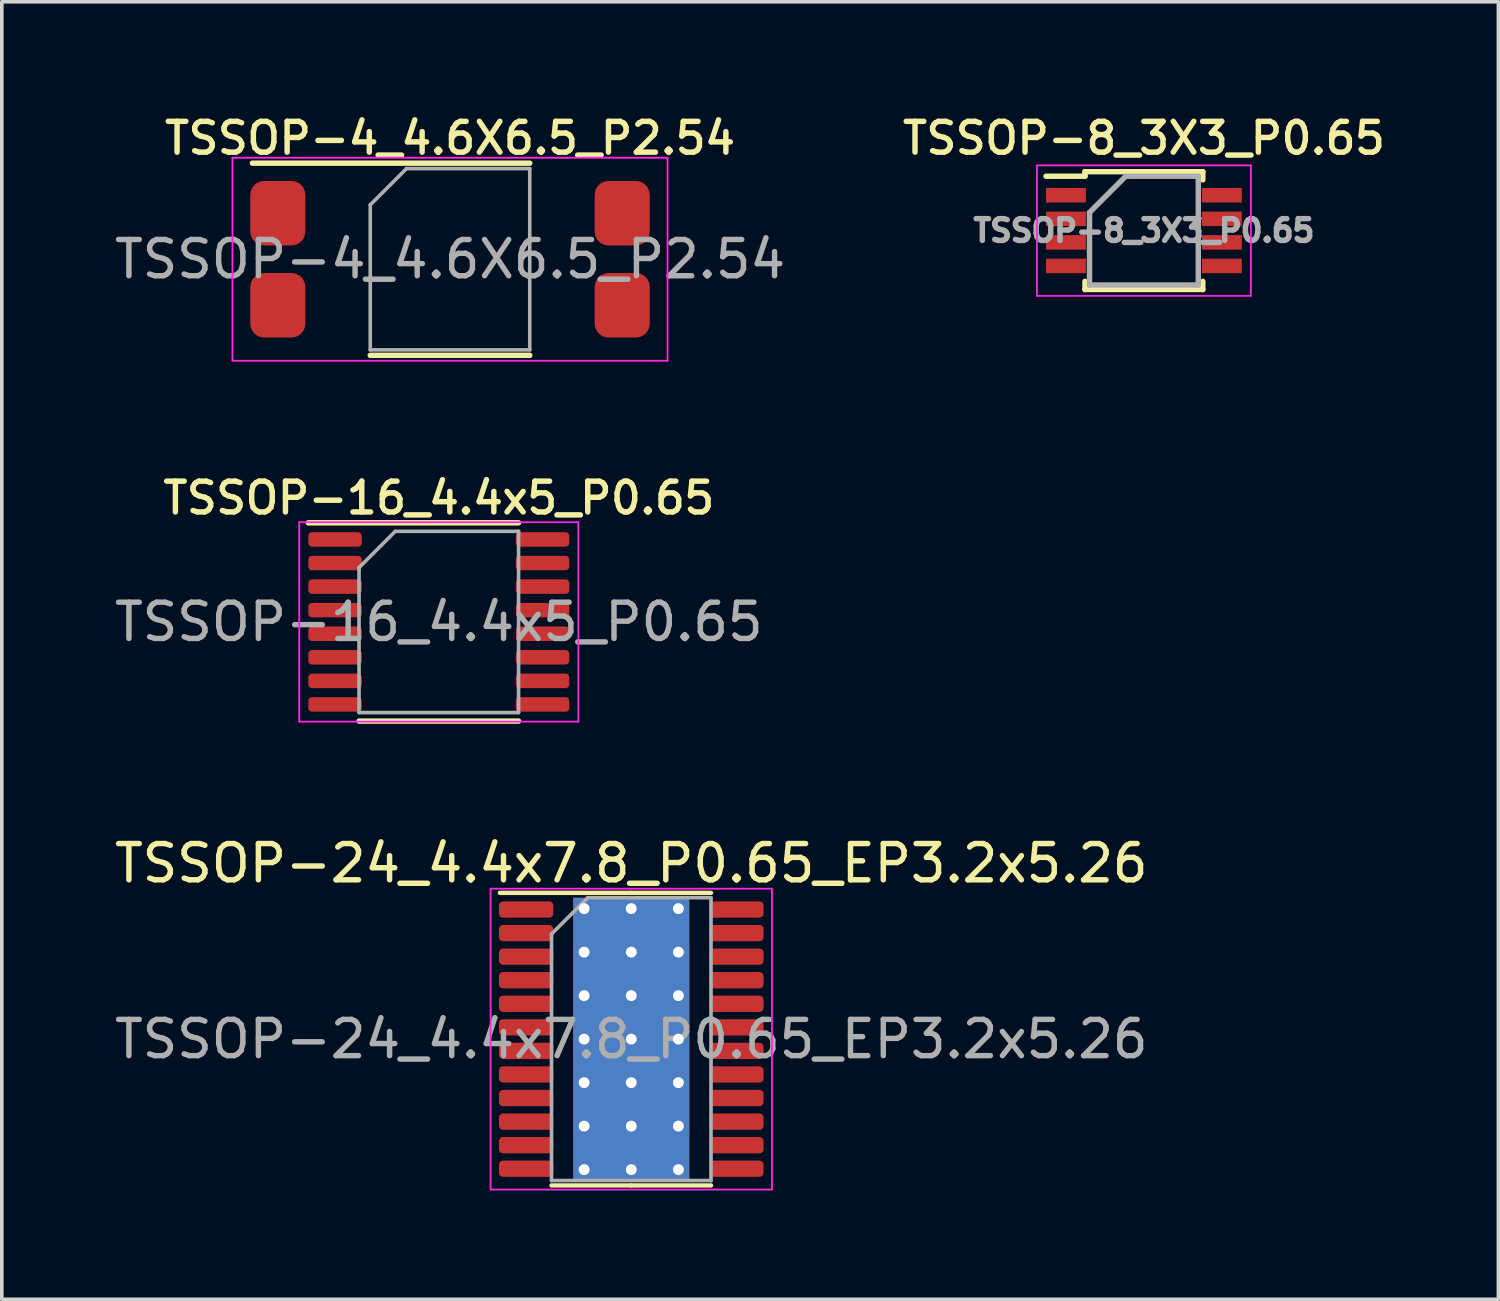
<source format=kicad_pcb>
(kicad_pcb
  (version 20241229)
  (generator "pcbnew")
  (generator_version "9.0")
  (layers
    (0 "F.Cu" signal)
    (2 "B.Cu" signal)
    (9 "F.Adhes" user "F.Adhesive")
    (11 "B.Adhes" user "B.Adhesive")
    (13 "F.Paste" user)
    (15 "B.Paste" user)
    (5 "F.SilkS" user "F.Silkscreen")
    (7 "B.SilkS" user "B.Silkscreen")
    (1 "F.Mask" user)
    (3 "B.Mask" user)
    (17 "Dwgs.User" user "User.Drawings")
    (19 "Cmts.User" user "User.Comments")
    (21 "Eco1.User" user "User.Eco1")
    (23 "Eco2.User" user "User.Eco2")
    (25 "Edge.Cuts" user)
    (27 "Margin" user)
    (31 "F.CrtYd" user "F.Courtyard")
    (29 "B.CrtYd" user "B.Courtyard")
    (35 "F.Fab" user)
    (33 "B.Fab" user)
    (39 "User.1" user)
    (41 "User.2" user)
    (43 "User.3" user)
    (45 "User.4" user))
  (footprint "TSSOP-24_4.4x7.8_P0.65_EP3.2x5.26"
    (layer "F.Cu")
    (at 14.363 25.614)
    (property "Reference" "TSSOP-24_4.4x7.8_P0.65_EP3.2x5.26" (at 0 -4.85 0) (layer "F.SilkS") (effects (font (size 1 1) (thickness 0.15))))
    (attr smd)
    (fp_line (start 0 -4.035) (end -3.625 -4.035) (stroke (width 0.12) (type solid)) (layer "F.SilkS"))
    (fp_line (start 0 -4.035) (end 2.2 -4.035) (stroke (width 0.12) (type solid)) (layer "F.SilkS"))
    (fp_line (start 0 4.035) (end -2.2 4.035) (stroke (width 0.12) (type solid)) (layer "F.SilkS"))
    (fp_line (start 0 4.035) (end 2.2 4.035) (stroke (width 0.12) (type solid)) (layer "F.SilkS"))
    (fp_line (start -3.88 -4.15) (end -3.88 4.15) (stroke (width 0.05) (type solid)) (layer "F.CrtYd"))
    (fp_line (start -3.88 4.15) (end 3.88 4.15) (stroke (width 0.05) (type solid)) (layer "F.CrtYd"))
    (fp_line (start 3.88 -4.15) (end -3.88 -4.15) (stroke (width 0.05) (type solid)) (layer "F.CrtYd"))
    (fp_line (start 3.88 4.15) (end 3.88 -4.15) (stroke (width 0.05) (type solid)) (layer "F.CrtYd"))
    (fp_line (start -2.2 -2.9) (end -1.2 -3.9) (stroke (width 0.1) (type solid)) (layer "F.Fab"))
    (fp_line (start -2.2 3.9) (end -2.2 -2.9) (stroke (width 0.1) (type solid)) (layer "F.Fab"))
    (fp_line (start -1.2 -3.9) (end 2.2 -3.9) (stroke (width 0.1) (type solid)) (layer "F.Fab"))
    (fp_line (start 2.2 -3.9) (end 2.2 3.9) (stroke (width 0.1) (type solid)) (layer "F.Fab"))
    (fp_line (start 2.2 3.9) (end -2.2 3.9) (stroke (width 0.1) (type solid)) (layer "F.Fab"))
    (fp_text user "${REFERENCE}" (at 0 0 0) (layer "F.Fab") (effects (font (size 1 1) (thickness 0.15))))
    (pad "" smd roundrect (at -0.85 -1.4) (size 1.4 2.5) (layers "F.Paste") (roundrect_rratio 0.2))
    (pad "" smd roundrect (at -0.85 1.4) (size 1.4 2.5) (layers "F.Paste") (roundrect_rratio 0.2))
    (pad "" smd roundrect (at 0.85 -1.4) (size 1.4 2.5) (layers "F.Paste") (roundrect_rratio 0.2))
    (pad "" smd roundrect (at 0.85 1.4) (size 1.4 2.5) (layers "F.Paste") (roundrect_rratio 0.2))
    (pad "1" smd roundrect (at -2.9 -3.575) (size 1.5 0.45) (layers "F.Cu" "F.Mask" "F.Paste") (roundrect_rratio 0.25))
    (pad "2" smd roundrect (at -2.9 -2.925) (size 1.5 0.45) (layers "F.Cu" "F.Mask" "F.Paste") (roundrect_rratio 0.25))
    (pad "3" smd roundrect (at -2.9 -2.275) (size 1.5 0.45) (layers "F.Cu" "F.Mask" "F.Paste") (roundrect_rratio 0.25))
    (pad "4" smd roundrect (at -2.9 -1.625) (size 1.5 0.45) (layers "F.Cu" "F.Mask" "F.Paste") (roundrect_rratio 0.25))
    (pad "5" smd roundrect (at -2.9 -0.975) (size 1.5 0.45) (layers "F.Cu" "F.Mask" "F.Paste") (roundrect_rratio 0.25))
    (pad "6" smd roundrect (at -2.9 -0.325) (size 1.5 0.45) (layers "F.Cu" "F.Mask" "F.Paste") (roundrect_rratio 0.25))
    (pad "7" smd roundrect (at -2.9 0.325) (size 1.5 0.45) (layers "F.Cu" "F.Mask" "F.Paste") (roundrect_rratio 0.25))
    (pad "8" smd roundrect (at -2.9 0.975) (size 1.5 0.45) (layers "F.Cu" "F.Mask" "F.Paste") (roundrect_rratio 0.25))
    (pad "9" smd roundrect (at -2.9 1.625) (size 1.5 0.45) (layers "F.Cu" "F.Mask" "F.Paste") (roundrect_rratio 0.25))
    (pad "10" smd roundrect (at -2.9 2.275) (size 1.5 0.45) (layers "F.Cu" "F.Mask" "F.Paste") (roundrect_rratio 0.25))
    (pad "11" smd roundrect (at -2.9 2.925) (size 1.5 0.45) (layers "F.Cu" "F.Mask" "F.Paste") (roundrect_rratio 0.25))
    (pad "12" smd roundrect (at -2.9 3.575) (size 1.5 0.45) (layers "F.Cu" "F.Mask" "F.Paste") (roundrect_rratio 0.25))
    (pad "13" smd roundrect (at 2.9 3.575) (size 1.5 0.45) (layers "F.Cu" "F.Mask" "F.Paste") (roundrect_rratio 0.25))
    (pad "14" smd roundrect (at 2.9 2.925) (size 1.5 0.45) (layers "F.Cu" "F.Mask" "F.Paste") (roundrect_rratio 0.25))
    (pad "15" smd roundrect (at 2.9 2.275) (size 1.5 0.45) (layers "F.Cu" "F.Mask" "F.Paste") (roundrect_rratio 0.25))
    (pad "16" smd roundrect (at 2.9 1.625) (size 1.5 0.45) (layers "F.Cu" "F.Mask" "F.Paste") (roundrect_rratio 0.25))
    (pad "17" smd roundrect (at 2.9 0.975) (size 1.5 0.45) (layers "F.Cu" "F.Mask" "F.Paste") (roundrect_rratio 0.25))
    (pad "18" smd roundrect (at 2.9 0.325) (size 1.5 0.45) (layers "F.Cu" "F.Mask" "F.Paste") (roundrect_rratio 0.25))
    (pad "19" smd roundrect (at 2.9 -0.325) (size 1.5 0.45) (layers "F.Cu" "F.Mask" "F.Paste") (roundrect_rratio 0.25))
    (pad "20" smd roundrect (at 2.9 -0.975) (size 1.5 0.45) (layers "F.Cu" "F.Mask" "F.Paste") (roundrect_rratio 0.25))
    (pad "21" smd roundrect (at 2.9 -1.625) (size 1.5 0.45) (layers "F.Cu" "F.Mask" "F.Paste") (roundrect_rratio 0.25))
    (pad "22" smd roundrect (at 2.9 -2.275) (size 1.5 0.45) (layers "F.Cu" "F.Mask" "F.Paste") (roundrect_rratio 0.25))
    (pad "23" smd roundrect (at 2.9 -2.925) (size 1.5 0.45) (layers "F.Cu" "F.Mask" "F.Paste") (roundrect_rratio 0.25))
    (pad "24" smd roundrect (at 2.9 -3.575) (size 1.5 0.45) (layers "F.Cu" "F.Mask" "F.Paste") (roundrect_rratio 0.25))
    (pad "25" thru_hole circle (at -1.3 -3.6) (size 0.56 0.56) (drill 0.3) (layers "*.Cu"))
    (pad "25" thru_hole circle (at -1.3 -2.4) (size 0.56 0.56) (drill 0.3) (layers "*.Cu"))
    (pad "25" thru_hole circle (at -1.3 -1.2) (size 0.56 0.56) (drill 0.3) (layers "*.Cu"))
    (pad "25" thru_hole circle (at -1.3 0) (size 0.56 0.56) (drill 0.3) (layers "*.Cu"))
    (pad "25" thru_hole circle (at -1.3 1.2) (size 0.56 0.56) (drill 0.3) (layers "*.Cu"))
    (pad "25" thru_hole circle (at -1.3 2.4) (size 0.56 0.56) (drill 0.3) (layers "*.Cu"))
    (pad "25" thru_hole circle (at -1.3 3.6) (size 0.56 0.56) (drill 0.3) (layers "*.Cu"))
    (pad "25" thru_hole circle (at 0 -3.6) (size 0.56 0.56) (drill 0.3) (layers "*.Cu"))
    (pad "25" thru_hole circle (at 0 -2.4) (size 0.56 0.56) (drill 0.3) (layers "*.Cu"))
    (pad "25" thru_hole circle (at 0 -1.2) (size 0.56 0.56) (drill 0.3) (layers "*.Cu"))
    (pad "25" thru_hole circle (at 0 0) (size 0.56 0.56) (drill 0.3) (layers "*.Cu"))
    (pad "25" smd rect (at 0 0) (size 3.2 5.26) (layers "F.Cu" "F.Mask"))
    (pad "25" smd rect (at 0 0) (size 3.2 7.8) (layers "F.Cu"))
    (pad "25" smd rect (at 0 0) (size 3.2 7.8) (layers "B.Cu"))
    (pad "25" thru_hole circle (at 0 1.2) (size 0.56 0.56) (drill 0.3) (layers "*.Cu"))
    (pad "25" thru_hole circle (at 0 2.4) (size 0.56 0.56) (drill 0.3) (layers "*.Cu"))
    (pad "25" thru_hole circle (at 0 3.6) (size 0.56 0.56) (drill 0.3) (layers "*.Cu"))
    (pad "25" thru_hole circle (at 1.3 -3.6) (size 0.56 0.56) (drill 0.3) (layers "*.Cu"))
    (pad "25" thru_hole circle (at 1.3 -2.4) (size 0.56 0.56) (drill 0.3) (layers "*.Cu"))
    (pad "25" thru_hole circle (at 1.3 -1.2) (size 0.56 0.56) (drill 0.3) (layers "*.Cu"))
    (pad "25" thru_hole circle (at 1.3 0) (size 0.56 0.56) (drill 0.3) (layers "*.Cu"))
    (pad "25" thru_hole circle (at 1.3 1.2) (size 0.56 0.56) (drill 0.3) (layers "*.Cu"))
    (pad "25" thru_hole circle (at 1.3 2.4) (size 0.56 0.56) (drill 0.3) (layers "*.Cu"))
    (pad "25" thru_hole circle (at 1.3 3.6) (size 0.56 0.56) (drill 0.3) (layers "*.Cu")))
  (footprint "TSSOP-16_4.4x5_P0.65"
    (layer "F.Cu")
    (at 9.054 14.106)
    (property "Reference" "TSSOP-16_4.4x5_P0.65" (at 0 -3.42 0) (layer "F.SilkS") (effects (font (size 0.85 0.85) (thickness 0.15))))
    (attr smd)
    (fp_line (start -2.2 2.735) (end 2.2 2.735) (stroke (width 0.15) (type solid)) (layer "F.SilkS"))
    (fp_line (start 2.2 -2.735) (end -3.6 -2.735) (stroke (width 0.15) (type solid)) (layer "F.SilkS"))
    (fp_line (start -3.85 -2.75) (end -3.85 2.75) (stroke (width 0.05) (type solid)) (layer "F.CrtYd"))
    (fp_line (start -3.85 2.75) (end 3.85 2.75) (stroke (width 0.05) (type solid)) (layer "F.CrtYd"))
    (fp_line (start 3.85 -2.75) (end -3.85 -2.75) (stroke (width 0.05) (type solid)) (layer "F.CrtYd"))
    (fp_line (start 3.85 2.75) (end 3.85 -2.75) (stroke (width 0.05) (type solid)) (layer "F.CrtYd"))
    (fp_line (start -2.2 -1.5) (end -1.2 -2.5) (stroke (width 0.1) (type solid)) (layer "F.Fab"))
    (fp_line (start -2.2 2.5) (end -2.2 -1.5) (stroke (width 0.1) (type solid)) (layer "F.Fab"))
    (fp_line (start -1.2 -2.5) (end 2.2 -2.5) (stroke (width 0.1) (type solid)) (layer "F.Fab"))
    (fp_line (start 2.2 -2.5) (end 2.2 2.5) (stroke (width 0.1) (type solid)) (layer "F.Fab"))
    (fp_line (start 2.2 2.5) (end -2.2 2.5) (stroke (width 0.1) (type solid)) (layer "F.Fab"))
    (fp_text user "${REFERENCE}" (at 0 0 0) (layer "F.Fab") (effects (font (size 1 1) (thickness 0.15))))
    (pad "1" smd roundrect (at -2.862 -2.275) (size 1.475 0.4) (layers "F.Cu" "F.Mask" "F.Paste") (roundrect_rratio 0.25))
    (pad "2" smd roundrect (at -2.862 -1.625) (size 1.475 0.4) (layers "F.Cu" "F.Mask" "F.Paste") (roundrect_rratio 0.25))
    (pad "3" smd roundrect (at -2.862 -0.975) (size 1.475 0.4) (layers "F.Cu" "F.Mask" "F.Paste") (roundrect_rratio 0.25))
    (pad "4" smd roundrect (at -2.862 -0.325) (size 1.475 0.4) (layers "F.Cu" "F.Mask" "F.Paste") (roundrect_rratio 0.25))
    (pad "5" smd roundrect (at -2.862 0.325) (size 1.475 0.4) (layers "F.Cu" "F.Mask" "F.Paste") (roundrect_rratio 0.25))
    (pad "6" smd roundrect (at -2.862 0.975) (size 1.475 0.4) (layers "F.Cu" "F.Mask" "F.Paste") (roundrect_rratio 0.25))
    (pad "7" smd roundrect (at -2.862 1.625) (size 1.475 0.4) (layers "F.Cu" "F.Mask" "F.Paste") (roundrect_rratio 0.25))
    (pad "8" smd roundrect (at -2.862 2.275) (size 1.475 0.4) (layers "F.Cu" "F.Mask" "F.Paste") (roundrect_rratio 0.25))
    (pad "9" smd roundrect (at 2.862 2.275) (size 1.475 0.4) (layers "F.Cu" "F.Mask" "F.Paste") (roundrect_rratio 0.25))
    (pad "10" smd roundrect (at 2.862 1.625) (size 1.475 0.4) (layers "F.Cu" "F.Mask" "F.Paste") (roundrect_rratio 0.25))
    (pad "11" smd roundrect (at 2.862 0.975) (size 1.475 0.4) (layers "F.Cu" "F.Mask" "F.Paste") (roundrect_rratio 0.25))
    (pad "12" smd roundrect (at 2.862 0.325) (size 1.475 0.4) (layers "F.Cu" "F.Mask" "F.Paste") (roundrect_rratio 0.25))
    (pad "13" smd roundrect (at 2.862 -0.325) (size 1.475 0.4) (layers "F.Cu" "F.Mask" "F.Paste") (roundrect_rratio 0.25))
    (pad "14" smd roundrect (at 2.862 -0.975) (size 1.475 0.4) (layers "F.Cu" "F.Mask" "F.Paste") (roundrect_rratio 0.25))
    (pad "15" smd roundrect (at 2.862 -1.625) (size 1.475 0.4) (layers "F.Cu" "F.Mask" "F.Paste") (roundrect_rratio 0.25))
    (pad "16" smd roundrect (at 2.862 -2.275) (size 1.475 0.4) (layers "F.Cu" "F.Mask" "F.Paste") (roundrect_rratio 0.25)))
  (footprint "TSSOP-8_3X3_P0.65"
    (layer "F.Cu")
    (at 28.504 3.311)
    (property "Reference" "TSSOP-8_3X3_P0.65" (at 0 -2.55 0) (layer "F.SilkS") (effects (font (size 0.85 0.85) (thickness 0.15))))
    (attr smd)
    (fp_line (start -1.625 -1.625) (end -1.625 -1.5) (stroke (width 0.15) (type solid)) (layer "F.SilkS"))
    (fp_line (start -1.625 -1.625) (end 1.625 -1.625) (stroke (width 0.15) (type solid)) (layer "F.SilkS"))
    (fp_line (start -1.625 -1.5) (end -2.7 -1.5) (stroke (width 0.15) (type solid)) (layer "F.SilkS"))
    (fp_line (start -1.625 1.625) (end -1.625 1.4) (stroke (width 0.15) (type solid)) (layer "F.SilkS"))
    (fp_line (start -1.625 1.625) (end 1.625 1.625) (stroke (width 0.15) (type solid)) (layer "F.SilkS"))
    (fp_line (start 1.625 -1.625) (end 1.625 -1.4) (stroke (width 0.15) (type solid)) (layer "F.SilkS"))
    (fp_line (start 1.625 1.625) (end 1.625 1.4) (stroke (width 0.15) (type solid)) (layer "F.SilkS"))
    (fp_line (start -2.95 -1.8) (end -2.95 1.8) (stroke (width 0.05) (type solid)) (layer "F.CrtYd"))
    (fp_line (start -2.95 -1.8) (end 2.95 -1.8) (stroke (width 0.05) (type solid)) (layer "F.CrtYd"))
    (fp_line (start -2.95 1.8) (end 2.95 1.8) (stroke (width 0.05) (type solid)) (layer "F.CrtYd"))
    (fp_line (start 2.95 -1.8) (end 2.95 1.8) (stroke (width 0.05) (type solid)) (layer "F.CrtYd"))
    (fp_line (start -1.5 -0.5) (end -0.5 -1.5) (stroke (width 0.15) (type solid)) (layer "F.Fab"))
    (fp_line (start -1.5 1.5) (end -1.5 -0.5) (stroke (width 0.15) (type solid)) (layer "F.Fab"))
    (fp_line (start -0.5 -1.5) (end 1.5 -1.5) (stroke (width 0.15) (type solid)) (layer "F.Fab"))
    (fp_line (start 1.5 -1.5) (end 1.5 1.5) (stroke (width 0.15) (type solid)) (layer "F.Fab"))
    (fp_line (start 1.5 1.5) (end -1.5 1.5) (stroke (width 0.15) (type solid)) (layer "F.Fab"))
    (fp_text user "${REFERENCE}" (at 0 0 0) (layer "F.Fab") (effects (font (size 0.6 0.6) (thickness 0.15))))
    (pad "1" smd rect (at -2.15 -0.975) (size 1.1 0.4) (layers "F.Cu" "F.Mask" "F.Paste"))
    (pad "2" smd rect (at -2.15 -0.325) (size 1.1 0.4) (layers "F.Cu" "F.Mask" "F.Paste"))
    (pad "3" smd rect (at -2.15 0.325) (size 1.1 0.4) (layers "F.Cu" "F.Mask" "F.Paste"))
    (pad "4" smd rect (at -2.15 0.975) (size 1.1 0.4) (layers "F.Cu" "F.Mask" "F.Paste"))
    (pad "5" smd rect (at 2.15 0.975) (size 1.1 0.4) (layers "F.Cu" "F.Mask" "F.Paste"))
    (pad "6" smd rect (at 2.15 0.325) (size 1.1 0.4) (layers "F.Cu" "F.Mask" "F.Paste"))
    (pad "7" smd rect (at 2.15 -0.325) (size 1.1 0.4) (layers "F.Cu" "F.Mask" "F.Paste"))
    (pad "8" smd rect (at 2.15 -0.975) (size 1.1 0.4) (layers "F.Cu" "F.Mask" "F.Paste")))
  (footprint "TSSOP-4_4.6X6.5_P2.54"
    (layer "F.Cu")
    (at 9.363 4.101)
    (property "Reference" "TSSOP-4_4.6X6.5_P2.54" (at 0 -3.34 0) (layer "F.SilkS") (effects (font (size 0.85 0.85) (thickness 0.15))))
    (attr smd)
    (fp_line (start 2.2 -2.65) (end -5.45 -2.65) (stroke (width 0.15) (type solid)) (layer "F.SilkS"))
    (fp_line (start 2.2 2.65) (end -2.2 2.65) (stroke (width 0.15) (type solid)) (layer "F.SilkS"))
    (fp_line (start -6 -2.8) (end -6 2.8) (stroke (width 0.05) (type solid)) (layer "F.CrtYd"))
    (fp_line (start -6 2.8) (end 6 2.8) (stroke (width 0.05) (type solid)) (layer "F.CrtYd"))
    (fp_line (start 6 -2.8) (end -6 -2.8) (stroke (width 0.05) (type solid)) (layer "F.CrtYd"))
    (fp_line (start 6 2.8) (end 6 -2.8) (stroke (width 0.05) (type solid)) (layer "F.CrtYd"))
    (fp_line (start -2.2 -1.5) (end -1.2 -2.5) (stroke (width 0.1) (type solid)) (layer "F.Fab"))
    (fp_line (start -2.2 2.5) (end -2.2 -1.5) (stroke (width 0.1) (type solid)) (layer "F.Fab"))
    (fp_line (start -1.2 -2.5) (end 2.2 -2.5) (stroke (width 0.1) (type solid)) (layer "F.Fab"))
    (fp_line (start 2.2 -2.5) (end 2.2 2.5) (stroke (width 0.1) (type solid)) (layer "F.Fab"))
    (fp_line (start 2.2 2.5) (end -2.2 2.5) (stroke (width 0.1) (type solid)) (layer "F.Fab"))
    (fp_text user "${REFERENCE}" (at 0 0 0) (layer "F.Fab") (effects (font (size 1 1) (thickness 0.15))))
    (pad "1" smd roundrect (at -4.75 -1.27) (size 1.52 1.78) (layers "F.Cu" "F.Mask" "F.Paste") (roundrect_rratio 0.25))
    (pad "2" smd roundrect (at -4.75 1.27) (size 1.52 1.78) (layers "F.Cu" "F.Mask" "F.Paste") (roundrect_rratio 0.25))
    (pad "3" smd roundrect (at 4.75 1.27) (size 1.52 1.78) (layers "F.Cu" "F.Mask" "F.Paste") (roundrect_rratio 0.25))
    (pad "4" smd roundrect (at 4.75 -1.27) (size 1.52 1.78) (layers "F.Cu" "F.Mask" "F.Paste") (roundrect_rratio 0.25)))
  (gr_rect
    (start -3 -3)
    (end 38.282 32.789)
    (stroke (width 0.1) (type default))
    (fill no)
    (layer "Edge.Cuts")))
</source>
